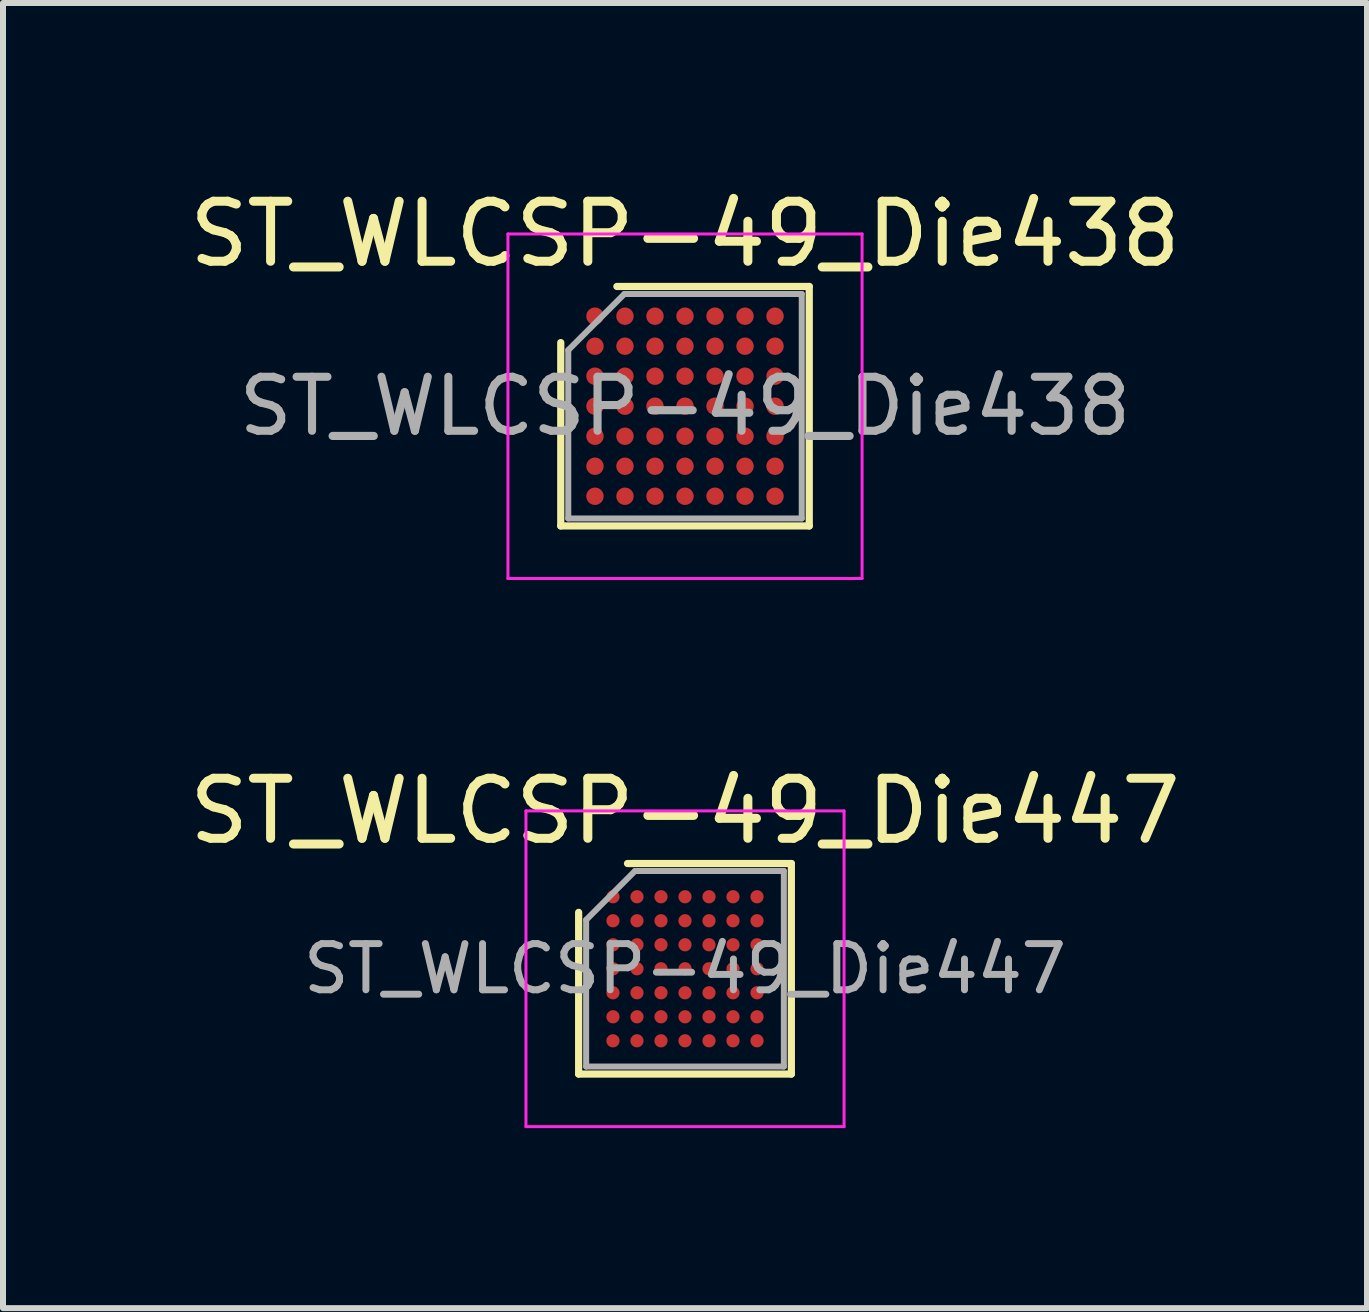
<source format=kicad_pcb>
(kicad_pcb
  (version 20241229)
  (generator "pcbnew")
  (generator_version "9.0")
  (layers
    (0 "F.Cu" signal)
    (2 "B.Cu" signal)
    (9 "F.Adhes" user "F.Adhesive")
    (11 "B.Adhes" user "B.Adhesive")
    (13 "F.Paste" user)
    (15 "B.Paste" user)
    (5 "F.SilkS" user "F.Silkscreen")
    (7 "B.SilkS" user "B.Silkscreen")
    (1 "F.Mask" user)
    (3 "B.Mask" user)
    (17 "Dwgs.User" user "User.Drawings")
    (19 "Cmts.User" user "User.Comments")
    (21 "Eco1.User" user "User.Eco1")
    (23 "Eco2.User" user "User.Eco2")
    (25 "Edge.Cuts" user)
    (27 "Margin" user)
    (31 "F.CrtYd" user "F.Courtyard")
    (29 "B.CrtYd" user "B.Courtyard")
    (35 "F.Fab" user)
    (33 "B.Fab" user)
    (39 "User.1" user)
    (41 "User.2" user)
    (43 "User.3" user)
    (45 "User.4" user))
  (footprint "ST_WLCSP-49_Die438"
    (layer "F.Cu")
    (at 8.363 3.718)
    (property "Reference" "ST_WLCSP-49_Die438" (at 0 -2.87 0) (layer "F.SilkS") (effects (font (size 1 1) (thickness 0.15))))
    (attr smd)
    (fp_line (start -2.07 1.995) (end -2.07 -1.06) (stroke (width 0.12) (type solid)) (layer "F.SilkS"))
    (fp_line (start -1.135 -1.995) (end 2.07 -1.995) (stroke (width 0.12) (type solid)) (layer "F.SilkS"))
    (fp_line (start 2.07 -1.995) (end 2.07 1.995) (stroke (width 0.12) (type solid)) (layer "F.SilkS"))
    (fp_line (start 2.07 1.995) (end -2.07 1.995) (stroke (width 0.12) (type solid)) (layer "F.SilkS"))
    (fp_line (start -2.95 -2.87) (end -2.95 2.87) (stroke (width 0.05) (type solid)) (layer "F.CrtYd"))
    (fp_line (start -2.95 2.87) (end 2.95 2.87) (stroke (width 0.05) (type solid)) (layer "F.CrtYd"))
    (fp_line (start 2.95 -2.87) (end -2.95 -2.87) (stroke (width 0.05) (type solid)) (layer "F.CrtYd"))
    (fp_line (start 2.95 2.87) (end 2.95 -2.87) (stroke (width 0.05) (type solid)) (layer "F.CrtYd"))
    (fp_line (start -1.945 -0.935) (end -1.01 -1.87) (stroke (width 0.1) (type solid)) (layer "F.Fab"))
    (fp_line (start -1.945 1.87) (end -1.945 -0.935) (stroke (width 0.1) (type solid)) (layer "F.Fab"))
    (fp_line (start -1.01 -1.87) (end 1.945 -1.87) (stroke (width 0.1) (type solid)) (layer "F.Fab"))
    (fp_line (start 1.945 -1.87) (end 1.945 1.87) (stroke (width 0.1) (type solid)) (layer "F.Fab"))
    (fp_line (start 1.945 1.87) (end -1.945 1.87) (stroke (width 0.1) (type solid)) (layer "F.Fab"))
    (fp_text user "${REFERENCE}" (at 0 0 0) (layer "F.Fab") (effects (font (size 0.9 0.9) (thickness 0.135))))
    (pad "A1" smd circle (at -1.5 -1.5) (size 0.29 0.29) (layers "F.Cu" "F.Mask" "F.Paste"))
    (pad "A2" smd circle (at -1 -1.5) (size 0.29 0.29) (layers "F.Cu" "F.Mask" "F.Paste"))
    (pad "A3" smd circle (at -0.5 -1.5) (size 0.29 0.29) (layers "F.Cu" "F.Mask" "F.Paste"))
    (pad "A4" smd circle (at 0 -1.5) (size 0.29 0.29) (layers "F.Cu" "F.Mask" "F.Paste"))
    (pad "A5" smd circle (at 0.5 -1.5) (size 0.29 0.29) (layers "F.Cu" "F.Mask" "F.Paste"))
    (pad "A6" smd circle (at 1 -1.5) (size 0.29 0.29) (layers "F.Cu" "F.Mask" "F.Paste"))
    (pad "A7" smd circle (at 1.5 -1.5) (size 0.29 0.29) (layers "F.Cu" "F.Mask" "F.Paste"))
    (pad "B1" smd circle (at -1.5 -1) (size 0.29 0.29) (layers "F.Cu" "F.Mask" "F.Paste"))
    (pad "B2" smd circle (at -1 -1) (size 0.29 0.29) (layers "F.Cu" "F.Mask" "F.Paste"))
    (pad "B3" smd circle (at -0.5 -1) (size 0.29 0.29) (layers "F.Cu" "F.Mask" "F.Paste"))
    (pad "B4" smd circle (at 0 -1) (size 0.29 0.29) (layers "F.Cu" "F.Mask" "F.Paste"))
    (pad "B5" smd circle (at 0.5 -1) (size 0.29 0.29) (layers "F.Cu" "F.Mask" "F.Paste"))
    (pad "B6" smd circle (at 1 -1) (size 0.29 0.29) (layers "F.Cu" "F.Mask" "F.Paste"))
    (pad "B7" smd circle (at 1.5 -1) (size 0.29 0.29) (layers "F.Cu" "F.Mask" "F.Paste"))
    (pad "C1" smd circle (at -1.5 -0.5) (size 0.29 0.29) (layers "F.Cu" "F.Mask" "F.Paste"))
    (pad "C2" smd circle (at -1 -0.5) (size 0.29 0.29) (layers "F.Cu" "F.Mask" "F.Paste"))
    (pad "C3" smd circle (at -0.5 -0.5) (size 0.29 0.29) (layers "F.Cu" "F.Mask" "F.Paste"))
    (pad "C4" smd circle (at 0 -0.5) (size 0.29 0.29) (layers "F.Cu" "F.Mask" "F.Paste"))
    (pad "C5" smd circle (at 0.5 -0.5) (size 0.29 0.29) (layers "F.Cu" "F.Mask" "F.Paste"))
    (pad "C6" smd circle (at 1 -0.5) (size 0.29 0.29) (layers "F.Cu" "F.Mask" "F.Paste"))
    (pad "C7" smd circle (at 1.5 -0.5) (size 0.29 0.29) (layers "F.Cu" "F.Mask" "F.Paste"))
    (pad "D1" smd circle (at -1.5 0) (size 0.29 0.29) (layers "F.Cu" "F.Mask" "F.Paste"))
    (pad "D2" smd circle (at -1 0) (size 0.29 0.29) (layers "F.Cu" "F.Mask" "F.Paste"))
    (pad "D3" smd circle (at -0.5 0) (size 0.29 0.29) (layers "F.Cu" "F.Mask" "F.Paste"))
    (pad "D4" smd circle (at 0 0) (size 0.29 0.29) (layers "F.Cu" "F.Mask" "F.Paste"))
    (pad "D5" smd circle (at 0.5 0) (size 0.29 0.29) (layers "F.Cu" "F.Mask" "F.Paste"))
    (pad "D6" smd circle (at 1 0) (size 0.29 0.29) (layers "F.Cu" "F.Mask" "F.Paste"))
    (pad "D7" smd circle (at 1.5 0) (size 0.29 0.29) (layers "F.Cu" "F.Mask" "F.Paste"))
    (pad "E1" smd circle (at -1.5 0.5) (size 0.29 0.29) (layers "F.Cu" "F.Mask" "F.Paste"))
    (pad "E2" smd circle (at -1 0.5) (size 0.29 0.29) (layers "F.Cu" "F.Mask" "F.Paste"))
    (pad "E3" smd circle (at -0.5 0.5) (size 0.29 0.29) (layers "F.Cu" "F.Mask" "F.Paste"))
    (pad "E4" smd circle (at 0 0.5) (size 0.29 0.29) (layers "F.Cu" "F.Mask" "F.Paste"))
    (pad "E5" smd circle (at 0.5 0.5) (size 0.29 0.29) (layers "F.Cu" "F.Mask" "F.Paste"))
    (pad "E6" smd circle (at 1 0.5) (size 0.29 0.29) (layers "F.Cu" "F.Mask" "F.Paste"))
    (pad "E7" smd circle (at 1.5 0.5) (size 0.29 0.29) (layers "F.Cu" "F.Mask" "F.Paste"))
    (pad "F1" smd circle (at -1.5 1) (size 0.29 0.29) (layers "F.Cu" "F.Mask" "F.Paste"))
    (pad "F2" smd circle (at -1 1) (size 0.29 0.29) (layers "F.Cu" "F.Mask" "F.Paste"))
    (pad "F3" smd circle (at -0.5 1) (size 0.29 0.29) (layers "F.Cu" "F.Mask" "F.Paste"))
    (pad "F4" smd circle (at 0 1) (size 0.29 0.29) (layers "F.Cu" "F.Mask" "F.Paste"))
    (pad "F5" smd circle (at 0.5 1) (size 0.29 0.29) (layers "F.Cu" "F.Mask" "F.Paste"))
    (pad "F6" smd circle (at 1 1) (size 0.29 0.29) (layers "F.Cu" "F.Mask" "F.Paste"))
    (pad "F7" smd circle (at 1.5 1) (size 0.29 0.29) (layers "F.Cu" "F.Mask" "F.Paste"))
    (pad "G1" smd circle (at -1.5 1.5) (size 0.29 0.29) (layers "F.Cu" "F.Mask" "F.Paste"))
    (pad "G2" smd circle (at -1 1.5) (size 0.29 0.29) (layers "F.Cu" "F.Mask" "F.Paste"))
    (pad "G3" smd circle (at -0.5 1.5) (size 0.29 0.29) (layers "F.Cu" "F.Mask" "F.Paste"))
    (pad "G4" smd circle (at 0 1.5) (size 0.29 0.29) (layers "F.Cu" "F.Mask" "F.Paste"))
    (pad "G5" smd circle (at 0.5 1.5) (size 0.29 0.29) (layers "F.Cu" "F.Mask" "F.Paste"))
    (pad "G6" smd circle (at 1 1.5) (size 0.29 0.29) (layers "F.Cu" "F.Mask" "F.Paste"))
    (pad "G7" smd circle (at 1.5 1.5) (size 0.29 0.29) (layers "F.Cu" "F.Mask" "F.Paste")))
  (footprint "ST_WLCSP-49_Die447"
    (layer "F.Cu")
    (at 8.363 13.091)
    (property "Reference" "ST_WLCSP-49_Die447" (at 0 -2.629 0) (layer "F.SilkS") (effects (font (size 1 1) (thickness 0.15))))
    (attr smd)
    (fp_line (start -1.772 1.754) (end -1.772 -0.94) (stroke (width 0.12) (type solid)) (layer "F.SilkS"))
    (fp_line (start -0.958 -1.754) (end 1.772 -1.754) (stroke (width 0.12) (type solid)) (layer "F.SilkS"))
    (fp_line (start 1.772 -1.754) (end 1.772 1.754) (stroke (width 0.12) (type solid)) (layer "F.SilkS"))
    (fp_line (start 1.772 1.754) (end -1.772 1.754) (stroke (width 0.12) (type solid)) (layer "F.SilkS"))
    (fp_line (start -2.65 -2.63) (end -2.65 2.63) (stroke (width 0.05) (type solid)) (layer "F.CrtYd"))
    (fp_line (start -2.65 2.63) (end 2.65 2.63) (stroke (width 0.05) (type solid)) (layer "F.CrtYd"))
    (fp_line (start 2.65 -2.63) (end -2.65 -2.63) (stroke (width 0.05) (type solid)) (layer "F.CrtYd"))
    (fp_line (start 2.65 2.63) (end 2.65 -2.63) (stroke (width 0.05) (type solid)) (layer "F.CrtYd"))
    (fp_line (start -1.647 -0.815) (end -0.833 -1.629) (stroke (width 0.1) (type solid)) (layer "F.Fab"))
    (fp_line (start -1.647 1.629) (end -1.647 -0.815) (stroke (width 0.1) (type solid)) (layer "F.Fab"))
    (fp_line (start -0.833 -1.629) (end 1.647 -1.629) (stroke (width 0.1) (type solid)) (layer "F.Fab"))
    (fp_line (start 1.647 -1.629) (end 1.647 1.629) (stroke (width 0.1) (type solid)) (layer "F.Fab"))
    (fp_line (start 1.647 1.629) (end -1.647 1.629) (stroke (width 0.1) (type solid)) (layer "F.Fab"))
    (fp_text user "${REFERENCE}" (at 0 0 0) (layer "F.Fab") (effects (font (size 0.77 0.77) (thickness 0.116))))
    (pad "A1" smd circle (at -1.2 -1.2) (size 0.22 0.22) (layers "F.Cu" "F.Mask" "F.Paste"))
    (pad "A2" smd circle (at -0.8 -1.2) (size 0.22 0.22) (layers "F.Cu" "F.Mask" "F.Paste"))
    (pad "A3" smd circle (at -0.4 -1.2) (size 0.22 0.22) (layers "F.Cu" "F.Mask" "F.Paste"))
    (pad "A4" smd circle (at 0 -1.2) (size 0.22 0.22) (layers "F.Cu" "F.Mask" "F.Paste"))
    (pad "A5" smd circle (at 0.4 -1.2) (size 0.22 0.22) (layers "F.Cu" "F.Mask" "F.Paste"))
    (pad "A6" smd circle (at 0.8 -1.2) (size 0.22 0.22) (layers "F.Cu" "F.Mask" "F.Paste"))
    (pad "A7" smd circle (at 1.2 -1.2) (size 0.22 0.22) (layers "F.Cu" "F.Mask" "F.Paste"))
    (pad "B1" smd circle (at -1.2 -0.8) (size 0.22 0.22) (layers "F.Cu" "F.Mask" "F.Paste"))
    (pad "B2" smd circle (at -0.8 -0.8) (size 0.22 0.22) (layers "F.Cu" "F.Mask" "F.Paste"))
    (pad "B3" smd circle (at -0.4 -0.8) (size 0.22 0.22) (layers "F.Cu" "F.Mask" "F.Paste"))
    (pad "B4" smd circle (at 0 -0.8) (size 0.22 0.22) (layers "F.Cu" "F.Mask" "F.Paste"))
    (pad "B5" smd circle (at 0.4 -0.8) (size 0.22 0.22) (layers "F.Cu" "F.Mask" "F.Paste"))
    (pad "B6" smd circle (at 0.8 -0.8) (size 0.22 0.22) (layers "F.Cu" "F.Mask" "F.Paste"))
    (pad "B7" smd circle (at 1.2 -0.8) (size 0.22 0.22) (layers "F.Cu" "F.Mask" "F.Paste"))
    (pad "C1" smd circle (at -1.2 -0.4) (size 0.22 0.22) (layers "F.Cu" "F.Mask" "F.Paste"))
    (pad "C2" smd circle (at -0.8 -0.4) (size 0.22 0.22) (layers "F.Cu" "F.Mask" "F.Paste"))
    (pad "C3" smd circle (at -0.4 -0.4) (size 0.22 0.22) (layers "F.Cu" "F.Mask" "F.Paste"))
    (pad "C4" smd circle (at 0 -0.4) (size 0.22 0.22) (layers "F.Cu" "F.Mask" "F.Paste"))
    (pad "C5" smd circle (at 0.4 -0.4) (size 0.22 0.22) (layers "F.Cu" "F.Mask" "F.Paste"))
    (pad "C6" smd circle (at 0.8 -0.4) (size 0.22 0.22) (layers "F.Cu" "F.Mask" "F.Paste"))
    (pad "C7" smd circle (at 1.2 -0.4) (size 0.22 0.22) (layers "F.Cu" "F.Mask" "F.Paste"))
    (pad "D1" smd circle (at -1.2 0) (size 0.22 0.22) (layers "F.Cu" "F.Mask" "F.Paste"))
    (pad "D2" smd circle (at -0.8 0) (size 0.22 0.22) (layers "F.Cu" "F.Mask" "F.Paste"))
    (pad "D3" smd circle (at -0.4 0) (size 0.22 0.22) (layers "F.Cu" "F.Mask" "F.Paste"))
    (pad "D4" smd circle (at 0 0) (size 0.22 0.22) (layers "F.Cu" "F.Mask" "F.Paste"))
    (pad "D5" smd circle (at 0.4 0) (size 0.22 0.22) (layers "F.Cu" "F.Mask" "F.Paste"))
    (pad "D6" smd circle (at 0.8 0) (size 0.22 0.22) (layers "F.Cu" "F.Mask" "F.Paste"))
    (pad "D7" smd circle (at 1.2 0) (size 0.22 0.22) (layers "F.Cu" "F.Mask" "F.Paste"))
    (pad "E1" smd circle (at -1.2 0.4) (size 0.22 0.22) (layers "F.Cu" "F.Mask" "F.Paste"))
    (pad "E2" smd circle (at -0.8 0.4) (size 0.22 0.22) (layers "F.Cu" "F.Mask" "F.Paste"))
    (pad "E3" smd circle (at -0.4 0.4) (size 0.22 0.22) (layers "F.Cu" "F.Mask" "F.Paste"))
    (pad "E4" smd circle (at 0 0.4) (size 0.22 0.22) (layers "F.Cu" "F.Mask" "F.Paste"))
    (pad "E5" smd circle (at 0.4 0.4) (size 0.22 0.22) (layers "F.Cu" "F.Mask" "F.Paste"))
    (pad "E6" smd circle (at 0.8 0.4) (size 0.22 0.22) (layers "F.Cu" "F.Mask" "F.Paste"))
    (pad "E7" smd circle (at 1.2 0.4) (size 0.22 0.22) (layers "F.Cu" "F.Mask" "F.Paste"))
    (pad "F1" smd circle (at -1.2 0.8) (size 0.22 0.22) (layers "F.Cu" "F.Mask" "F.Paste"))
    (pad "F2" smd circle (at -0.8 0.8) (size 0.22 0.22) (layers "F.Cu" "F.Mask" "F.Paste"))
    (pad "F3" smd circle (at -0.4 0.8) (size 0.22 0.22) (layers "F.Cu" "F.Mask" "F.Paste"))
    (pad "F4" smd circle (at 0 0.8) (size 0.22 0.22) (layers "F.Cu" "F.Mask" "F.Paste"))
    (pad "F5" smd circle (at 0.4 0.8) (size 0.22 0.22) (layers "F.Cu" "F.Mask" "F.Paste"))
    (pad "F6" smd circle (at 0.8 0.8) (size 0.22 0.22) (layers "F.Cu" "F.Mask" "F.Paste"))
    (pad "F7" smd circle (at 1.2 0.8) (size 0.22 0.22) (layers "F.Cu" "F.Mask" "F.Paste"))
    (pad "G1" smd circle (at -1.2 1.2) (size 0.22 0.22) (layers "F.Cu" "F.Mask" "F.Paste"))
    (pad "G2" smd circle (at -0.8 1.2) (size 0.22 0.22) (layers "F.Cu" "F.Mask" "F.Paste"))
    (pad "G3" smd circle (at -0.4 1.2) (size 0.22 0.22) (layers "F.Cu" "F.Mask" "F.Paste"))
    (pad "G4" smd circle (at 0 1.2) (size 0.22 0.22) (layers "F.Cu" "F.Mask" "F.Paste"))
    (pad "G5" smd circle (at 0.4 1.2) (size 0.22 0.22) (layers "F.Cu" "F.Mask" "F.Paste"))
    (pad "G6" smd circle (at 0.8 1.2) (size 0.22 0.22) (layers "F.Cu" "F.Mask" "F.Paste"))
    (pad "G7" smd circle (at 1.2 1.2) (size 0.22 0.22) (layers "F.Cu" "F.Mask" "F.Paste")))
  (gr_rect
    (start -3 -3)
    (end 19.726 18.745)
    (stroke (width 0.1) (type default))
    (fill no)
    (layer "Edge.Cuts")))
</source>
